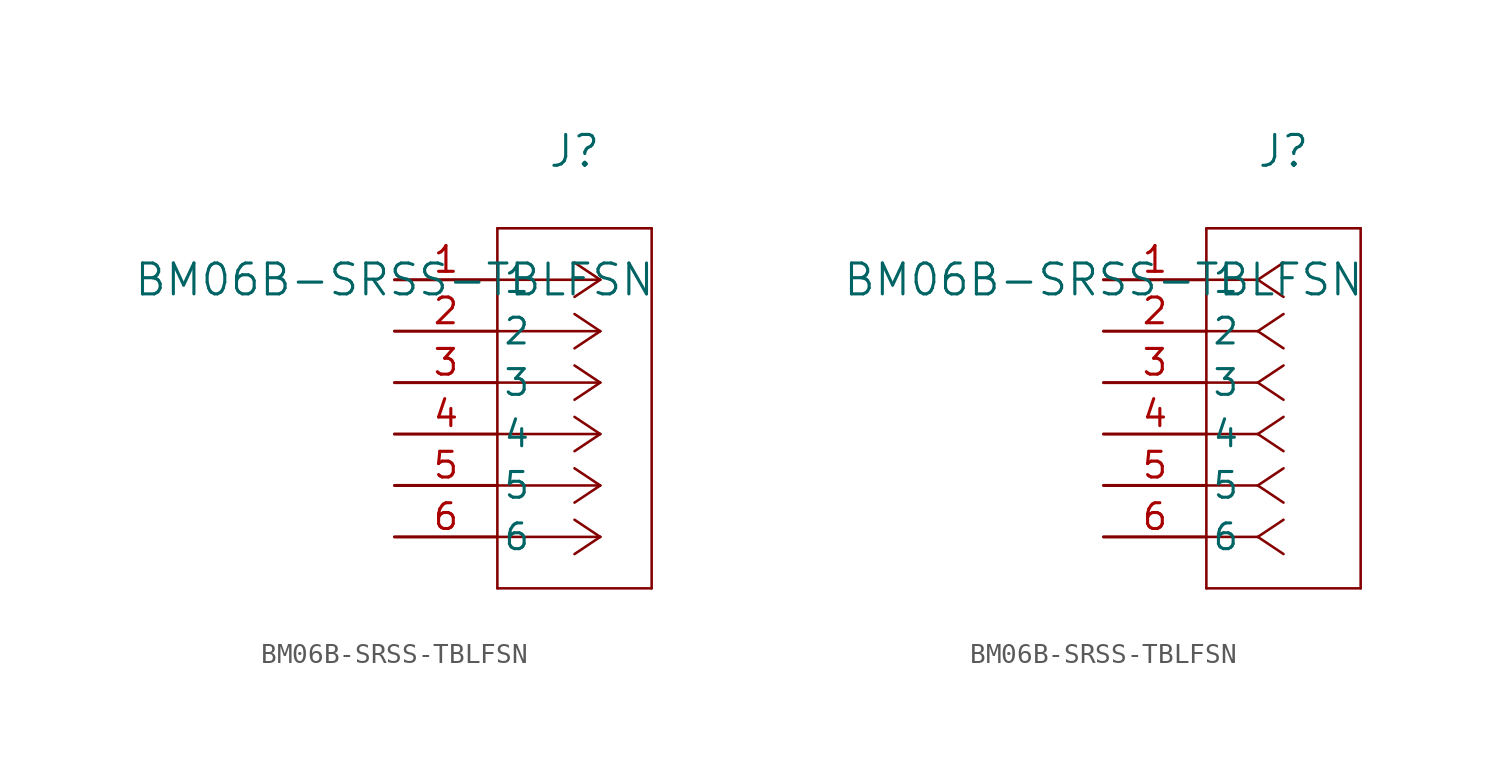
<source format=kicad_sym>
(kicad_symbol_lib
  (version 20211014)
  (generator kicad_symbol_editor)
  (symbol "BM06B-SRSS-TBLFSN"
    (pin_names
      (offset 0.254))
    (property "Reference" "J"
      (at 8.89 6.35 0)
      (effects (font (size 1.524 1.524))))
    (property "Value" "BM06B-SRSS-TBLFSN"
      (at 0 0 0)
      (effects (font (size 1.524 1.524))))
    (symbol "BM06B-SRSS-TBLFSN_1_1"
      (polyline (pts (xy 10.16 0) (xy 5.08 0)) (stroke (width 0.127) (type default) (color 0 0 0 0)) (fill (type none)))
      (polyline (pts (xy 10.16 -2.54) (xy 5.08 -2.54)) (stroke (width 0.127) (type default) (color 0 0 0 0)) (fill (type none)))
      (polyline (pts (xy 10.16 -5.08) (xy 5.08 -5.08)) (stroke (width 0.127) (type default) (color 0 0 0 0)) (fill (type none)))
      (polyline (pts (xy 10.16 -7.62) (xy 5.08 -7.62)) (stroke (width 0.127) (type default) (color 0 0 0 0)) (fill (type none)))
      (polyline (pts (xy 10.16 -10.16) (xy 5.08 -10.16)) (stroke (width 0.127) (type default) (color 0 0 0 0)) (fill (type none)))
      (polyline (pts (xy 10.16 -12.7) (xy 5.08 -12.7)) (stroke (width 0.127) (type default) (color 0 0 0 0)) (fill (type none)))
      (polyline (pts (xy 10.16 0) (xy 8.89 0.847)) (stroke (width 0.127) (type default) (color 0 0 0 0)) (fill (type none)))
      (polyline (pts (xy 10.16 -2.54) (xy 8.89 -1.693)) (stroke (width 0.127) (type default) (color 0 0 0 0)) (fill (type none)))
      (polyline (pts (xy 10.16 -5.08) (xy 8.89 -4.233)) (stroke (width 0.127) (type default) (color 0 0 0 0)) (fill (type none)))
      (polyline (pts (xy 10.16 -7.62) (xy 8.89 -6.773)) (stroke (width 0.127) (type default) (color 0 0 0 0)) (fill (type none)))
      (polyline (pts (xy 10.16 -10.16) (xy 8.89 -9.313)) (stroke (width 0.127) (type default) (color 0 0 0 0)) (fill (type none)))
      (polyline (pts (xy 10.16 -12.7) (xy 8.89 -11.853)) (stroke (width 0.127) (type default) (color 0 0 0 0)) (fill (type none)))
      (polyline (pts (xy 10.16 0) (xy 8.89 -0.847)) (stroke (width 0.127) (type default) (color 0 0 0 0)) (fill (type none)))
      (polyline (pts (xy 10.16 -2.54) (xy 8.89 -3.387)) (stroke (width 0.127) (type default) (color 0 0 0 0)) (fill (type none)))
      (polyline (pts (xy 10.16 -5.08) (xy 8.89 -5.927)) (stroke (width 0.127) (type default) (color 0 0 0 0)) (fill (type none)))
      (polyline (pts (xy 10.16 -7.62) (xy 8.89 -8.467)) (stroke (width 0.127) (type default) (color 0 0 0 0)) (fill (type none)))
      (polyline (pts (xy 10.16 -10.16) (xy 8.89 -11.007)) (stroke (width 0.127) (type default) (color 0 0 0 0)) (fill (type none)))
      (polyline (pts (xy 10.16 -12.7) (xy 8.89 -13.547)) (stroke (width 0.127) (type default) (color 0 0 0 0)) (fill (type none)))
      (polyline (pts (xy 5.08 2.54) (xy 5.08 -15.24)) (stroke (width 0.127) (type default) (color 0 0 0 0)) (fill (type none)))
      (polyline (pts (xy 5.08 -15.24) (xy 12.7 -15.24)) (stroke (width 0.127) (type default) (color 0 0 0 0)) (fill (type none)))
      (polyline (pts (xy 12.7 -15.24) (xy 12.7 2.54)) (stroke (width 0.127) (type default) (color 0 0 0 0)) (fill (type none)))
      (polyline (pts (xy 12.7 2.54) (xy 5.08 2.54)) (stroke (width 0.127) (type default) (color 0 0 0 0)) (fill (type none)))
      (pin unspecified line (at 0 0 0) (length 5.08) (name "1" (effects (font (size 1.27 1.27)))) (number "1" (effects (font (size 1.27 1.27)))))
      (pin unspecified line (at 0 -2.54 0) (length 5.08) (name "2" (effects (font (size 1.27 1.27)))) (number "2" (effects (font (size 1.27 1.27)))))
      (pin unspecified line (at 0 -5.08 0) (length 5.08) (name "3" (effects (font (size 1.27 1.27)))) (number "3" (effects (font (size 1.27 1.27)))))
      (pin unspecified line (at 0 -7.62 0) (length 5.08) (name "4" (effects (font (size 1.27 1.27)))) (number "4" (effects (font (size 1.27 1.27)))))
      (pin unspecified line (at 0 -10.16 0) (length 5.08) (name "5" (effects (font (size 1.27 1.27)))) (number "5" (effects (font (size 1.27 1.27)))))
      (pin unspecified line (at 0 -12.7 0) (length 5.08) (name "6" (effects (font (size 1.27 1.27)))) (number "6" (effects (font (size 1.27 1.27))))))
    (symbol "BM06B-SRSS-TBLFSN_1_2"
      (polyline (pts (xy 7.62 0) (xy 5.08 0)) (stroke (width 0.127) (type default) (color 0 0 0 0)) (fill (type none)))
      (polyline (pts (xy 7.62 -2.54) (xy 5.08 -2.54)) (stroke (width 0.127) (type default) (color 0 0 0 0)) (fill (type none)))
      (polyline (pts (xy 7.62 -5.08) (xy 5.08 -5.08)) (stroke (width 0.127) (type default) (color 0 0 0 0)) (fill (type none)))
      (polyline (pts (xy 7.62 -7.62) (xy 5.08 -7.62)) (stroke (width 0.127) (type default) (color 0 0 0 0)) (fill (type none)))
      (polyline (pts (xy 7.62 -10.16) (xy 5.08 -10.16)) (stroke (width 0.127) (type default) (color 0 0 0 0)) (fill (type none)))
      (polyline (pts (xy 7.62 -12.7) (xy 5.08 -12.7)) (stroke (width 0.127) (type default) (color 0 0 0 0)) (fill (type none)))
      (polyline (pts (xy 7.62 0) (xy 8.89 0.847)) (stroke (width 0.127) (type default) (color 0 0 0 0)) (fill (type none)))
      (polyline (pts (xy 7.62 -2.54) (xy 8.89 -1.693)) (stroke (width 0.127) (type default) (color 0 0 0 0)) (fill (type none)))
      (polyline (pts (xy 7.62 -5.08) (xy 8.89 -4.233)) (stroke (width 0.127) (type default) (color 0 0 0 0)) (fill (type none)))
      (polyline (pts (xy 7.62 -7.62) (xy 8.89 -6.773)) (stroke (width 0.127) (type default) (color 0 0 0 0)) (fill (type none)))
      (polyline (pts (xy 7.62 -10.16) (xy 8.89 -9.313)) (stroke (width 0.127) (type default) (color 0 0 0 0)) (fill (type none)))
      (polyline (pts (xy 7.62 -12.7) (xy 8.89 -11.853)) (stroke (width 0.127) (type default) (color 0 0 0 0)) (fill (type none)))
      (polyline (pts (xy 7.62 0) (xy 8.89 -0.847)) (stroke (width 0.127) (type default) (color 0 0 0 0)) (fill (type none)))
      (polyline (pts (xy 7.62 -2.54) (xy 8.89 -3.387)) (stroke (width 0.127) (type default) (color 0 0 0 0)) (fill (type none)))
      (polyline (pts (xy 7.62 -5.08) (xy 8.89 -5.927)) (stroke (width 0.127) (type default) (color 0 0 0 0)) (fill (type none)))
      (polyline (pts (xy 7.62 -7.62) (xy 8.89 -8.467)) (stroke (width 0.127) (type default) (color 0 0 0 0)) (fill (type none)))
      (polyline (pts (xy 7.62 -10.16) (xy 8.89 -11.007)) (stroke (width 0.127) (type default) (color 0 0 0 0)) (fill (type none)))
      (polyline (pts (xy 7.62 -12.7) (xy 8.89 -13.547)) (stroke (width 0.127) (type default) (color 0 0 0 0)) (fill (type none)))
      (polyline (pts (xy 5.08 2.54) (xy 5.08 -15.24)) (stroke (width 0.127) (type default) (color 0 0 0 0)) (fill (type none)))
      (polyline (pts (xy 5.08 -15.24) (xy 12.7 -15.24)) (stroke (width 0.127) (type default) (color 0 0 0 0)) (fill (type none)))
      (polyline (pts (xy 12.7 -15.24) (xy 12.7 2.54)) (stroke (width 0.127) (type default) (color 0 0 0 0)) (fill (type none)))
      (polyline (pts (xy 12.7 2.54) (xy 5.08 2.54)) (stroke (width 0.127) (type default) (color 0 0 0 0)) (fill (type none)))
      (pin unspecified line (at 0 0 0) (length 5.08) (name "1" (effects (font (size 1.27 1.27)))) (number "1" (effects (font (size 1.27 1.27)))))
      (pin unspecified line (at 0 -2.54 0) (length 5.08) (name "2" (effects (font (size 1.27 1.27)))) (number "2" (effects (font (size 1.27 1.27)))))
      (pin unspecified line (at 0 -5.08 0) (length 5.08) (name "3" (effects (font (size 1.27 1.27)))) (number "3" (effects (font (size 1.27 1.27)))))
      (pin unspecified line (at 0 -7.62 0) (length 5.08) (name "4" (effects (font (size 1.27 1.27)))) (number "4" (effects (font (size 1.27 1.27)))))
      (pin unspecified line (at 0 -10.16 0) (length 5.08) (name "5" (effects (font (size 1.27 1.27)))) (number "5" (effects (font (size 1.27 1.27)))))
      (pin unspecified line (at 0 -12.7 0) (length 5.08) (name "6" (effects (font (size 1.27 1.27)))) (number "6" (effects (font (size 1.27 1.27))))))))
</source>
